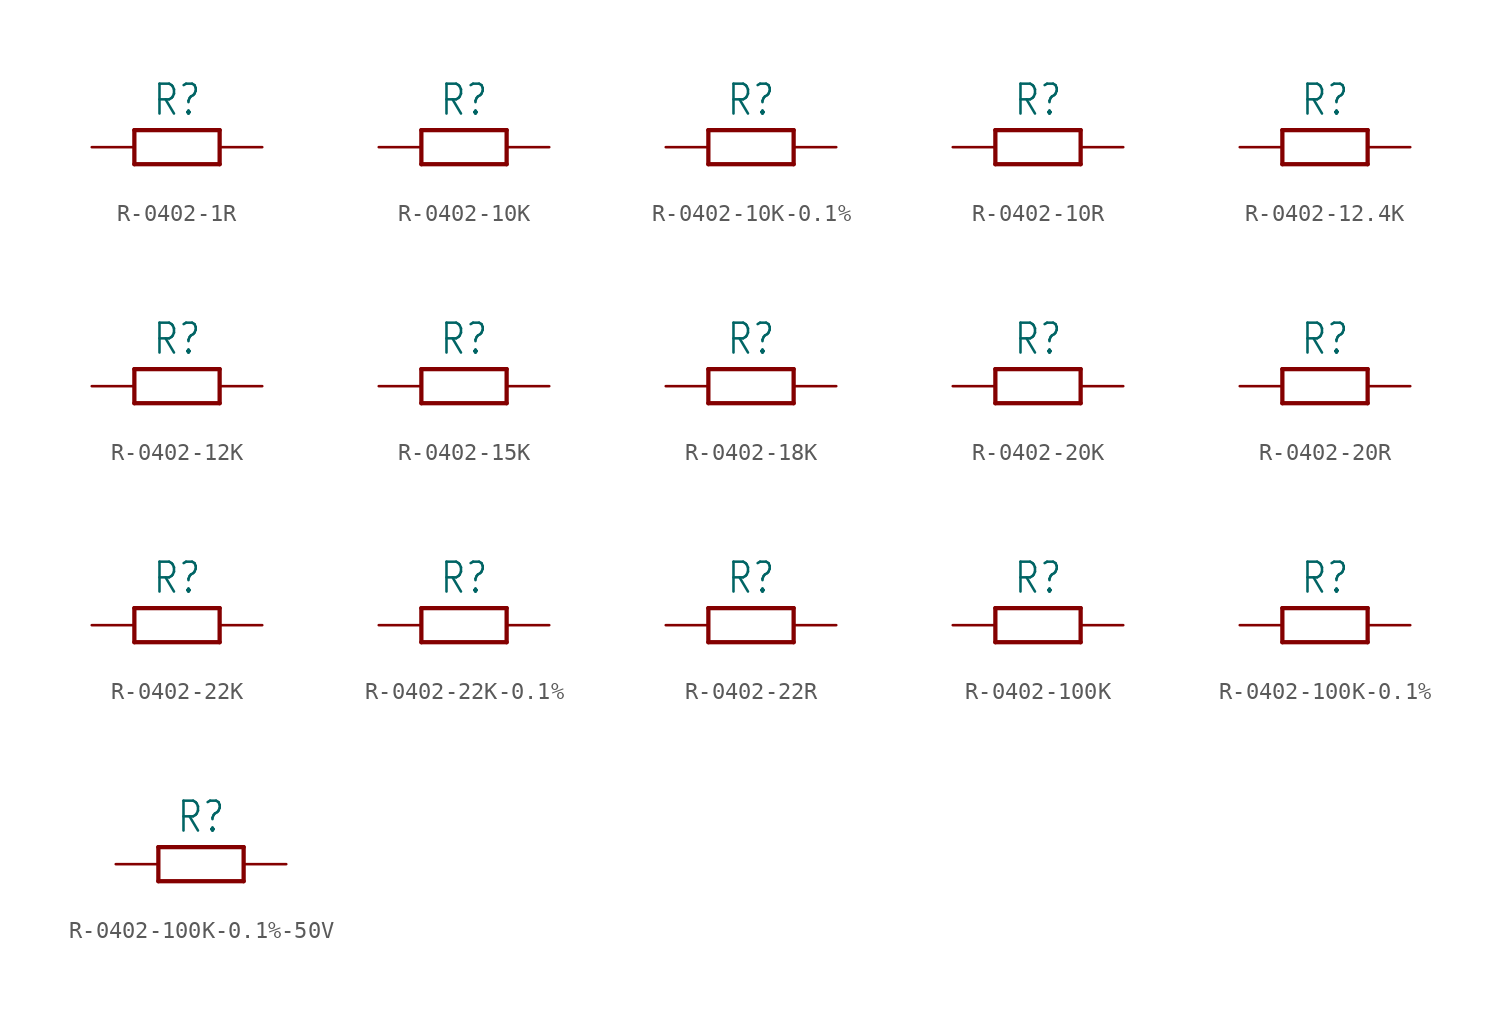
<source format=kicad_sym>
(kicad_symbol_lib
  (version 20231120)
  (generator "kicad_symbol_editor")
  (generator_version "8.0")
  (symbol "R-0402-1R"
    (property "Reference" "R"
      (at 0 1.778 0)
      (effects (font (size 1.778 1.511)) (justify bottom)))
    (property "Value" ""
      (at 0 -1.778 0)
      (effects (font (size 1.778 1.511)) (justify top)))
    (property "ki_locked" ""
      (at 0 0 0)
      (effects (font (size 1.27 1.27))))
    (symbol "R-0402-1R_1_0"
      (polyline (pts (xy -2.54 -1.016) (xy -2.54 1.016)) (stroke (width 0.254) (type solid)) (fill (type none)))
      (polyline (pts (xy -2.54 1.016) (xy 2.54 1.016)) (stroke (width 0.254) (type solid)) (fill (type none)))
      (polyline (pts (xy 2.54 -1.016) (xy -2.54 -1.016)) (stroke (width 0.254) (type solid)) (fill (type none)))
      (polyline (pts (xy 2.54 1.016) (xy 2.54 -1.016)) (stroke (width 0.254) (type solid)) (fill (type none)))
      (pin passive line (at -5.08 0 0) (length 2.54) (name "1" (effects (font (size 0 0)))) (number "1" (effects (font (size 0 0)))))
      (pin passive line (at 5.08 0 180) (length 2.54) (name "2" (effects (font (size 0 0)))) (number "2" (effects (font (size 0 0)))))))
  (symbol "R-0402-10K"
    (property "Reference" "R"
      (at 0 1.778 0)
      (effects (font (size 1.778 1.511)) (justify bottom)))
    (property "Value" ""
      (at 0 -1.778 0)
      (effects (font (size 1.778 1.511)) (justify top)))
    (property "ki_locked" ""
      (at 0 0 0)
      (effects (font (size 1.27 1.27))))
    (symbol "R-0402-10K_1_0"
      (polyline (pts (xy -2.54 -1.016) (xy -2.54 1.016)) (stroke (width 0.254) (type solid)) (fill (type none)))
      (polyline (pts (xy -2.54 1.016) (xy 2.54 1.016)) (stroke (width 0.254) (type solid)) (fill (type none)))
      (polyline (pts (xy 2.54 -1.016) (xy -2.54 -1.016)) (stroke (width 0.254) (type solid)) (fill (type none)))
      (polyline (pts (xy 2.54 1.016) (xy 2.54 -1.016)) (stroke (width 0.254) (type solid)) (fill (type none)))
      (pin passive line (at -5.08 0 0) (length 2.54) (name "1" (effects (font (size 0 0)))) (number "1" (effects (font (size 0 0)))))
      (pin passive line (at 5.08 0 180) (length 2.54) (name "2" (effects (font (size 0 0)))) (number "2" (effects (font (size 0 0)))))))
  (symbol "R-0402-10K-0.1%"
    (property "Reference" "R"
      (at 0 1.778 0)
      (effects (font (size 1.778 1.511)) (justify bottom)))
    (property "Value" ""
      (at 0 -1.778 0)
      (effects (font (size 1.778 1.511)) (justify top)))
    (property "ki_locked" ""
      (at 0 0 0)
      (effects (font (size 1.27 1.27))))
    (symbol "R-0402-10K-0.1%_1_0"
      (polyline (pts (xy -2.54 -1.016) (xy -2.54 1.016)) (stroke (width 0.254) (type solid)) (fill (type none)))
      (polyline (pts (xy -2.54 1.016) (xy 2.54 1.016)) (stroke (width 0.254) (type solid)) (fill (type none)))
      (polyline (pts (xy 2.54 -1.016) (xy -2.54 -1.016)) (stroke (width 0.254) (type solid)) (fill (type none)))
      (polyline (pts (xy 2.54 1.016) (xy 2.54 -1.016)) (stroke (width 0.254) (type solid)) (fill (type none)))
      (pin passive line (at -5.08 0 0) (length 2.54) (name "1" (effects (font (size 0 0)))) (number "1" (effects (font (size 0 0)))))
      (pin passive line (at 5.08 0 180) (length 2.54) (name "2" (effects (font (size 0 0)))) (number "2" (effects (font (size 0 0)))))))
  (symbol "R-0402-10R"
    (property "Reference" "R"
      (at 0 1.778 0)
      (effects (font (size 1.778 1.511)) (justify bottom)))
    (property "Value" ""
      (at 0 -1.778 0)
      (effects (font (size 1.778 1.511)) (justify top)))
    (property "ki_locked" ""
      (at 0 0 0)
      (effects (font (size 1.27 1.27))))
    (symbol "R-0402-10R_1_0"
      (polyline (pts (xy -2.54 -1.016) (xy -2.54 1.016)) (stroke (width 0.254) (type solid)) (fill (type none)))
      (polyline (pts (xy -2.54 1.016) (xy 2.54 1.016)) (stroke (width 0.254) (type solid)) (fill (type none)))
      (polyline (pts (xy 2.54 -1.016) (xy -2.54 -1.016)) (stroke (width 0.254) (type solid)) (fill (type none)))
      (polyline (pts (xy 2.54 1.016) (xy 2.54 -1.016)) (stroke (width 0.254) (type solid)) (fill (type none)))
      (pin passive line (at -5.08 0 0) (length 2.54) (name "1" (effects (font (size 0 0)))) (number "1" (effects (font (size 0 0)))))
      (pin passive line (at 5.08 0 180) (length 2.54) (name "2" (effects (font (size 0 0)))) (number "2" (effects (font (size 0 0)))))))
  (symbol "R-0402-12.4K"
    (property "Reference" "R"
      (at 0 1.778 0)
      (effects (font (size 1.778 1.511)) (justify bottom)))
    (property "Value" ""
      (at 0 -1.778 0)
      (effects (font (size 1.778 1.511)) (justify top)))
    (property "ki_locked" ""
      (at 0 0 0)
      (effects (font (size 1.27 1.27))))
    (symbol "R-0402-12.4K_1_0"
      (polyline (pts (xy -2.54 -1.016) (xy -2.54 1.016)) (stroke (width 0.254) (type solid)) (fill (type none)))
      (polyline (pts (xy -2.54 1.016) (xy 2.54 1.016)) (stroke (width 0.254) (type solid)) (fill (type none)))
      (polyline (pts (xy 2.54 -1.016) (xy -2.54 -1.016)) (stroke (width 0.254) (type solid)) (fill (type none)))
      (polyline (pts (xy 2.54 1.016) (xy 2.54 -1.016)) (stroke (width 0.254) (type solid)) (fill (type none)))
      (pin passive line (at -5.08 0 0) (length 2.54) (name "1" (effects (font (size 0 0)))) (number "1" (effects (font (size 0 0)))))
      (pin passive line (at 5.08 0 180) (length 2.54) (name "2" (effects (font (size 0 0)))) (number "2" (effects (font (size 0 0)))))))
  (symbol "R-0402-12K"
    (property "Reference" "R"
      (at 0 1.778 0)
      (effects (font (size 1.778 1.511)) (justify bottom)))
    (property "Value" ""
      (at 0 -1.778 0)
      (effects (font (size 1.778 1.511)) (justify top)))
    (property "ki_locked" ""
      (at 0 0 0)
      (effects (font (size 1.27 1.27))))
    (symbol "R-0402-12K_1_0"
      (polyline (pts (xy -2.54 -1.016) (xy -2.54 1.016)) (stroke (width 0.254) (type solid)) (fill (type none)))
      (polyline (pts (xy -2.54 1.016) (xy 2.54 1.016)) (stroke (width 0.254) (type solid)) (fill (type none)))
      (polyline (pts (xy 2.54 -1.016) (xy -2.54 -1.016)) (stroke (width 0.254) (type solid)) (fill (type none)))
      (polyline (pts (xy 2.54 1.016) (xy 2.54 -1.016)) (stroke (width 0.254) (type solid)) (fill (type none)))
      (pin passive line (at -5.08 0 0) (length 2.54) (name "1" (effects (font (size 0 0)))) (number "1" (effects (font (size 0 0)))))
      (pin passive line (at 5.08 0 180) (length 2.54) (name "2" (effects (font (size 0 0)))) (number "2" (effects (font (size 0 0)))))))
  (symbol "R-0402-15K"
    (property "Reference" "R"
      (at 0 1.778 0)
      (effects (font (size 1.778 1.511)) (justify bottom)))
    (property "Value" ""
      (at 0 -1.778 0)
      (effects (font (size 1.778 1.511)) (justify top)))
    (property "ki_locked" ""
      (at 0 0 0)
      (effects (font (size 1.27 1.27))))
    (symbol "R-0402-15K_1_0"
      (polyline (pts (xy -2.54 -1.016) (xy -2.54 1.016)) (stroke (width 0.254) (type solid)) (fill (type none)))
      (polyline (pts (xy -2.54 1.016) (xy 2.54 1.016)) (stroke (width 0.254) (type solid)) (fill (type none)))
      (polyline (pts (xy 2.54 -1.016) (xy -2.54 -1.016)) (stroke (width 0.254) (type solid)) (fill (type none)))
      (polyline (pts (xy 2.54 1.016) (xy 2.54 -1.016)) (stroke (width 0.254) (type solid)) (fill (type none)))
      (pin passive line (at -5.08 0 0) (length 2.54) (name "1" (effects (font (size 0 0)))) (number "1" (effects (font (size 0 0)))))
      (pin passive line (at 5.08 0 180) (length 2.54) (name "2" (effects (font (size 0 0)))) (number "2" (effects (font (size 0 0)))))))
  (symbol "R-0402-18K"
    (property "Reference" "R"
      (at 0 1.778 0)
      (effects (font (size 1.778 1.511)) (justify bottom)))
    (property "Value" ""
      (at 0 -1.778 0)
      (effects (font (size 1.778 1.511)) (justify top)))
    (property "ki_locked" ""
      (at 0 0 0)
      (effects (font (size 1.27 1.27))))
    (symbol "R-0402-18K_1_0"
      (polyline (pts (xy -2.54 -1.016) (xy -2.54 1.016)) (stroke (width 0.254) (type solid)) (fill (type none)))
      (polyline (pts (xy -2.54 1.016) (xy 2.54 1.016)) (stroke (width 0.254) (type solid)) (fill (type none)))
      (polyline (pts (xy 2.54 -1.016) (xy -2.54 -1.016)) (stroke (width 0.254) (type solid)) (fill (type none)))
      (polyline (pts (xy 2.54 1.016) (xy 2.54 -1.016)) (stroke (width 0.254) (type solid)) (fill (type none)))
      (pin passive line (at -5.08 0 0) (length 2.54) (name "1" (effects (font (size 0 0)))) (number "1" (effects (font (size 0 0)))))
      (pin passive line (at 5.08 0 180) (length 2.54) (name "2" (effects (font (size 0 0)))) (number "2" (effects (font (size 0 0)))))))
  (symbol "R-0402-20K"
    (property "Reference" "R"
      (at 0 1.778 0)
      (effects (font (size 1.778 1.511)) (justify bottom)))
    (property "Value" ""
      (at 0 -1.778 0)
      (effects (font (size 1.778 1.511)) (justify top)))
    (property "ki_locked" ""
      (at 0 0 0)
      (effects (font (size 1.27 1.27))))
    (symbol "R-0402-20K_1_0"
      (polyline (pts (xy -2.54 -1.016) (xy -2.54 1.016)) (stroke (width 0.254) (type solid)) (fill (type none)))
      (polyline (pts (xy -2.54 1.016) (xy 2.54 1.016)) (stroke (width 0.254) (type solid)) (fill (type none)))
      (polyline (pts (xy 2.54 -1.016) (xy -2.54 -1.016)) (stroke (width 0.254) (type solid)) (fill (type none)))
      (polyline (pts (xy 2.54 1.016) (xy 2.54 -1.016)) (stroke (width 0.254) (type solid)) (fill (type none)))
      (pin passive line (at -5.08 0 0) (length 2.54) (name "1" (effects (font (size 0 0)))) (number "1" (effects (font (size 0 0)))))
      (pin passive line (at 5.08 0 180) (length 2.54) (name "2" (effects (font (size 0 0)))) (number "2" (effects (font (size 0 0)))))))
  (symbol "R-0402-20R"
    (property "Reference" "R"
      (at 0 1.778 0)
      (effects (font (size 1.778 1.511)) (justify bottom)))
    (property "Value" ""
      (at 0 -1.778 0)
      (effects (font (size 1.778 1.511)) (justify top)))
    (property "ki_locked" ""
      (at 0 0 0)
      (effects (font (size 1.27 1.27))))
    (symbol "R-0402-20R_1_0"
      (polyline (pts (xy -2.54 -1.016) (xy -2.54 1.016)) (stroke (width 0.254) (type solid)) (fill (type none)))
      (polyline (pts (xy -2.54 1.016) (xy 2.54 1.016)) (stroke (width 0.254) (type solid)) (fill (type none)))
      (polyline (pts (xy 2.54 -1.016) (xy -2.54 -1.016)) (stroke (width 0.254) (type solid)) (fill (type none)))
      (polyline (pts (xy 2.54 1.016) (xy 2.54 -1.016)) (stroke (width 0.254) (type solid)) (fill (type none)))
      (pin passive line (at -5.08 0 0) (length 2.54) (name "1" (effects (font (size 0 0)))) (number "1" (effects (font (size 0 0)))))
      (pin passive line (at 5.08 0 180) (length 2.54) (name "2" (effects (font (size 0 0)))) (number "2" (effects (font (size 0 0)))))))
  (symbol "R-0402-22K"
    (property "Reference" "R"
      (at 0 1.778 0)
      (effects (font (size 1.778 1.511)) (justify bottom)))
    (property "Value" ""
      (at 0 -1.778 0)
      (effects (font (size 1.778 1.511)) (justify top)))
    (property "ki_locked" ""
      (at 0 0 0)
      (effects (font (size 1.27 1.27))))
    (symbol "R-0402-22K_1_0"
      (polyline (pts (xy -2.54 -1.016) (xy -2.54 1.016)) (stroke (width 0.254) (type solid)) (fill (type none)))
      (polyline (pts (xy -2.54 1.016) (xy 2.54 1.016)) (stroke (width 0.254) (type solid)) (fill (type none)))
      (polyline (pts (xy 2.54 -1.016) (xy -2.54 -1.016)) (stroke (width 0.254) (type solid)) (fill (type none)))
      (polyline (pts (xy 2.54 1.016) (xy 2.54 -1.016)) (stroke (width 0.254) (type solid)) (fill (type none)))
      (pin passive line (at -5.08 0 0) (length 2.54) (name "1" (effects (font (size 0 0)))) (number "1" (effects (font (size 0 0)))))
      (pin passive line (at 5.08 0 180) (length 2.54) (name "2" (effects (font (size 0 0)))) (number "2" (effects (font (size 0 0)))))))
  (symbol "R-0402-22K-0.1%"
    (property "Reference" "R"
      (at 0 1.778 0)
      (effects (font (size 1.778 1.511)) (justify bottom)))
    (property "Value" ""
      (at 0 -1.778 0)
      (effects (font (size 1.778 1.511)) (justify top)))
    (property "ki_locked" ""
      (at 0 0 0)
      (effects (font (size 1.27 1.27))))
    (symbol "R-0402-22K-0.1%_1_0"
      (polyline (pts (xy -2.54 -1.016) (xy -2.54 1.016)) (stroke (width 0.254) (type solid)) (fill (type none)))
      (polyline (pts (xy -2.54 1.016) (xy 2.54 1.016)) (stroke (width 0.254) (type solid)) (fill (type none)))
      (polyline (pts (xy 2.54 -1.016) (xy -2.54 -1.016)) (stroke (width 0.254) (type solid)) (fill (type none)))
      (polyline (pts (xy 2.54 1.016) (xy 2.54 -1.016)) (stroke (width 0.254) (type solid)) (fill (type none)))
      (pin passive line (at -5.08 0 0) (length 2.54) (name "1" (effects (font (size 0 0)))) (number "1" (effects (font (size 0 0)))))
      (pin passive line (at 5.08 0 180) (length 2.54) (name "2" (effects (font (size 0 0)))) (number "2" (effects (font (size 0 0)))))))
  (symbol "R-0402-22R"
    (property "Reference" "R"
      (at 0 1.778 0)
      (effects (font (size 1.778 1.511)) (justify bottom)))
    (property "Value" ""
      (at 0 -1.778 0)
      (effects (font (size 1.778 1.511)) (justify top)))
    (property "ki_locked" ""
      (at 0 0 0)
      (effects (font (size 1.27 1.27))))
    (symbol "R-0402-22R_1_0"
      (polyline (pts (xy -2.54 -1.016) (xy -2.54 1.016)) (stroke (width 0.254) (type solid)) (fill (type none)))
      (polyline (pts (xy -2.54 1.016) (xy 2.54 1.016)) (stroke (width 0.254) (type solid)) (fill (type none)))
      (polyline (pts (xy 2.54 -1.016) (xy -2.54 -1.016)) (stroke (width 0.254) (type solid)) (fill (type none)))
      (polyline (pts (xy 2.54 1.016) (xy 2.54 -1.016)) (stroke (width 0.254) (type solid)) (fill (type none)))
      (pin passive line (at -5.08 0 0) (length 2.54) (name "1" (effects (font (size 0 0)))) (number "1" (effects (font (size 0 0)))))
      (pin passive line (at 5.08 0 180) (length 2.54) (name "2" (effects (font (size 0 0)))) (number "2" (effects (font (size 0 0)))))))
  (symbol "R-0402-100K"
    (property "Reference" "R"
      (at 0 1.778 0)
      (effects (font (size 1.778 1.511)) (justify bottom)))
    (property "Value" ""
      (at 0 -1.778 0)
      (effects (font (size 1.778 1.511)) (justify top)))
    (property "ki_locked" ""
      (at 0 0 0)
      (effects (font (size 1.27 1.27))))
    (symbol "R-0402-100K_1_0"
      (polyline (pts (xy -2.54 -1.016) (xy -2.54 1.016)) (stroke (width 0.254) (type solid)) (fill (type none)))
      (polyline (pts (xy -2.54 1.016) (xy 2.54 1.016)) (stroke (width 0.254) (type solid)) (fill (type none)))
      (polyline (pts (xy 2.54 -1.016) (xy -2.54 -1.016)) (stroke (width 0.254) (type solid)) (fill (type none)))
      (polyline (pts (xy 2.54 1.016) (xy 2.54 -1.016)) (stroke (width 0.254) (type solid)) (fill (type none)))
      (pin passive line (at -5.08 0 0) (length 2.54) (name "1" (effects (font (size 0 0)))) (number "1" (effects (font (size 0 0)))))
      (pin passive line (at 5.08 0 180) (length 2.54) (name "2" (effects (font (size 0 0)))) (number "2" (effects (font (size 0 0)))))))
  (symbol "R-0402-100K-0.1%"
    (property "Reference" "R"
      (at 0 1.778 0)
      (effects (font (size 1.778 1.511)) (justify bottom)))
    (property "Value" ""
      (at 0 -1.778 0)
      (effects (font (size 1.778 1.511)) (justify top)))
    (property "ki_locked" ""
      (at 0 0 0)
      (effects (font (size 1.27 1.27))))
    (symbol "R-0402-100K-0.1%_1_0"
      (polyline (pts (xy -2.54 -1.016) (xy -2.54 1.016)) (stroke (width 0.254) (type solid)) (fill (type none)))
      (polyline (pts (xy -2.54 1.016) (xy 2.54 1.016)) (stroke (width 0.254) (type solid)) (fill (type none)))
      (polyline (pts (xy 2.54 -1.016) (xy -2.54 -1.016)) (stroke (width 0.254) (type solid)) (fill (type none)))
      (polyline (pts (xy 2.54 1.016) (xy 2.54 -1.016)) (stroke (width 0.254) (type solid)) (fill (type none)))
      (pin passive line (at -5.08 0 0) (length 2.54) (name "1" (effects (font (size 0 0)))) (number "1" (effects (font (size 0 0)))))
      (pin passive line (at 5.08 0 180) (length 2.54) (name "2" (effects (font (size 0 0)))) (number "2" (effects (font (size 0 0)))))))
  (symbol "R-0402-100K-0.1%-50V"
    (property "Reference" "R"
      (at 0 1.778 0)
      (effects (font (size 1.778 1.511)) (justify bottom)))
    (property "Value" ""
      (at 0 -1.778 0)
      (effects (font (size 1.778 1.511)) (justify top)))
    (property "ki_locked" ""
      (at 0 0 0)
      (effects (font (size 1.27 1.27))))
    (symbol "R-0402-100K-0.1%-50V_1_0"
      (polyline (pts (xy -2.54 -1.016) (xy -2.54 1.016)) (stroke (width 0.254) (type solid)) (fill (type none)))
      (polyline (pts (xy -2.54 1.016) (xy 2.54 1.016)) (stroke (width 0.254) (type solid)) (fill (type none)))
      (polyline (pts (xy 2.54 -1.016) (xy -2.54 -1.016)) (stroke (width 0.254) (type solid)) (fill (type none)))
      (polyline (pts (xy 2.54 1.016) (xy 2.54 -1.016)) (stroke (width 0.254) (type solid)) (fill (type none)))
      (pin passive line (at -5.08 0 0) (length 2.54) (name "1" (effects (font (size 0 0)))) (number "1" (effects (font (size 0 0)))))
      (pin passive line (at 5.08 0 180) (length 2.54) (name "2" (effects (font (size 0 0)))) (number "2" (effects (font (size 0 0))))))))
</source>
